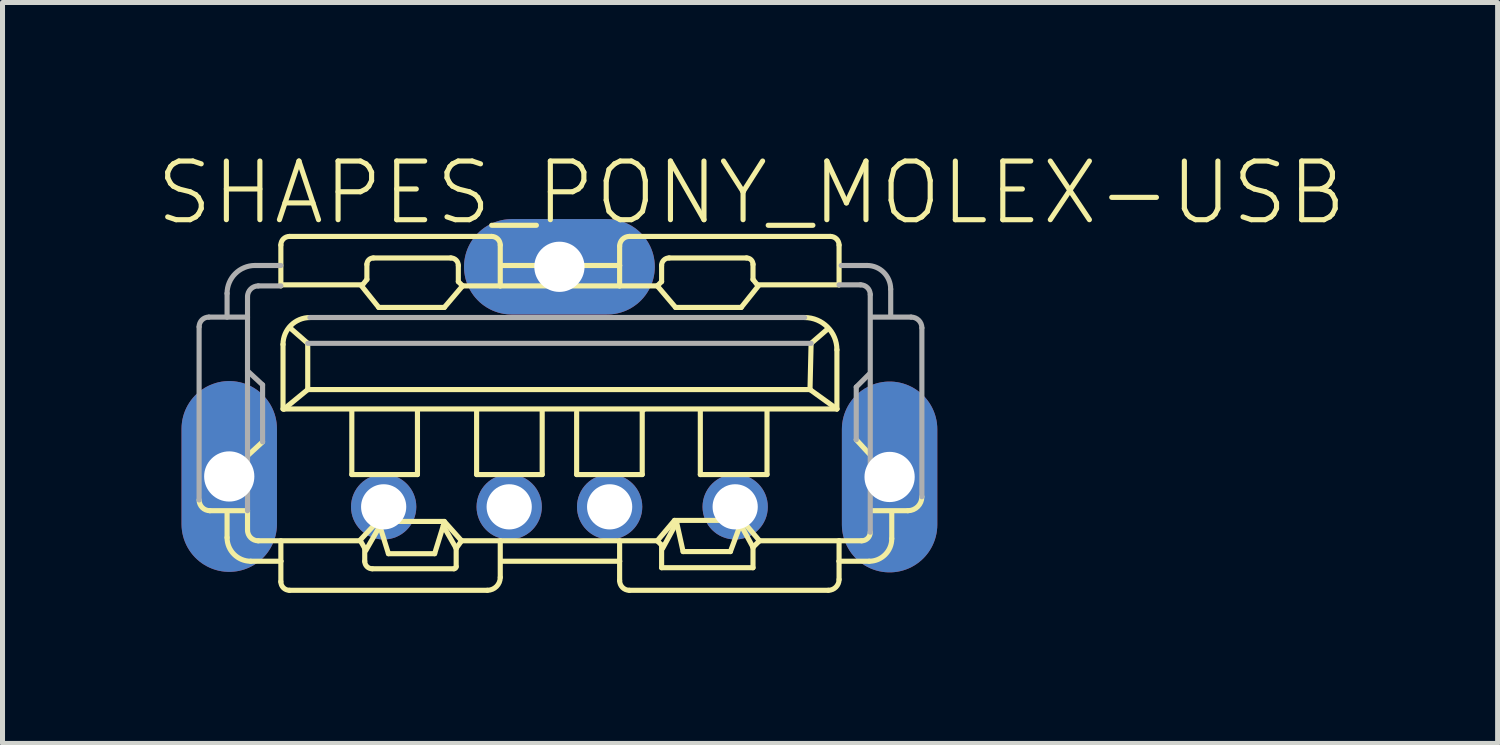
<source format=kicad_pcb>
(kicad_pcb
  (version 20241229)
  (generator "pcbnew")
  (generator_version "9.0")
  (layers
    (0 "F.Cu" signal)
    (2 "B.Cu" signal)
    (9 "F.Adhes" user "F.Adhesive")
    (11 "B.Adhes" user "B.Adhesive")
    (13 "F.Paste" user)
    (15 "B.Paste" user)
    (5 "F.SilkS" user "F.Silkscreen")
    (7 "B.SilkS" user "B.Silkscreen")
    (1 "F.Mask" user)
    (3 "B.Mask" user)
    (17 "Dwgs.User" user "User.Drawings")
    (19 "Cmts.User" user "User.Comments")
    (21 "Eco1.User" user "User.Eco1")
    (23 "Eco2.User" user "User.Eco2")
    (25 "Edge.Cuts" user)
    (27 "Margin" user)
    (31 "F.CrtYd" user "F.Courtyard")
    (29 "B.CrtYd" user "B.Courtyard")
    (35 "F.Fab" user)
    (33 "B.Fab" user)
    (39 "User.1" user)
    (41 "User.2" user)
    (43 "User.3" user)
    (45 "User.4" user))
  (footprint "SHAPES_PONY_MOLEX-USB"
    (layer "F.Cu")
    (at 8.09 5.143)
    (property "Reference" "SHAPES_PONY_MOLEX-USB" (at -8.09 -3.67 0) (unlocked yes) (layer "F.SilkS") (effects (font (size 1.168 1.168) (thickness 0.102)) (justify left bottom)))
    (fp_line (start -6.961 1.977) (end -6.211 1.977) (stroke (width 0.102) (type solid)) (layer "F.SilkS"))
    (fp_line (start -6.618 2.512) (end -6.618 1.998) (stroke (width 0.102) (type solid)) (layer "F.SilkS"))
    (fp_line (start -6.211 1.977) (end -6.211 2.362) (stroke (width 0.102) (type solid)) (layer "F.SilkS"))
    (fp_line (start -5.997 2.576) (end -3.962 2.576) (stroke (width 0.102) (type solid)) (layer "F.SilkS"))
    (fp_line (start -5.911 0.606) (end -6.19 0.863) (stroke (width 0.102) (type solid)) (layer "F.SilkS"))
    (fp_line (start -5.547 -2.521) (end -5.547 -3.313) (stroke (width 0.102) (type solid)) (layer "F.SilkS"))
    (fp_line (start -5.547 -2.521) (end -3.92 -2.521) (stroke (width 0.102) (type solid)) (layer "F.SilkS"))
    (fp_line (start -5.547 -2.5) (end -5.547 -2.521) (stroke (width 0.102) (type solid)) (layer "F.SilkS"))
    (fp_line (start -5.547 2.983) (end -6.147 2.983) (stroke (width 0.102) (type solid)) (layer "F.SilkS"))
    (fp_line (start -5.547 2.983) (end -5.547 2.576) (stroke (width 0.102) (type solid)) (layer "F.SilkS"))
    (fp_line (start -5.547 3.39) (end -5.547 2.983) (stroke (width 0.102) (type solid)) (layer "F.SilkS"))
    (fp_line (start -5.504 -0.049) (end -5.504 -1.334) (stroke (width 0.102) (type solid)) (layer "F.SilkS"))
    (fp_line (start -5.483 -0.049) (end -5.504 -0.049) (stroke (width 0.102) (type solid)) (layer "F.SilkS"))
    (fp_line (start -5.376 -3.485) (end -1.349 -3.485) (stroke (width 0.102) (type solid)) (layer "F.SilkS"))
    (fp_line (start -5.012 -1.356) (end -5.354 -1.655) (stroke (width 0.102) (type solid)) (layer "F.SilkS"))
    (fp_line (start -5.012 -0.435) (end -5.483 -0.049) (stroke (width 0.102) (type solid)) (layer "F.SilkS"))
    (fp_line (start -5.012 -0.435) (end -5.012 -1.356) (stroke (width 0.102) (type solid)) (layer "F.SilkS"))
    (fp_line (start -4.134 1.257) (end -4.134 -0.028) (stroke (width 0.102) (type solid)) (layer "F.SilkS"))
    (fp_line (start -3.962 2.576) (end -3.962 2.576) (stroke (width 0.102) (type solid)) (layer "F.SilkS"))
    (fp_line (start -3.962 2.576) (end -3.877 2.726) (stroke (width 0.102) (type solid)) (layer "F.SilkS"))
    (fp_line (start -3.962 2.555) (end -3.62 2.191) (stroke (width 0.102) (type solid)) (layer "F.SilkS"))
    (fp_line (start -3.92 -2.521) (end -3.834 -2.628) (stroke (width 0.102) (type solid)) (layer "F.SilkS"))
    (fp_line (start -3.877 2.726) (end -3.877 2.983) (stroke (width 0.102) (type solid)) (layer "F.SilkS"))
    (fp_line (start -3.855 2.769) (end -3.598 2.32) (stroke (width 0.102) (type solid)) (layer "F.SilkS"))
    (fp_line (start -3.834 -2.628) (end -3.834 -2.928) (stroke (width 0.102) (type solid)) (layer "F.SilkS"))
    (fp_line (start -3.727 3.133) (end -2.099 3.133) (stroke (width 0.102) (type solid)) (layer "F.SilkS"))
    (fp_line (start -3.705 -3.056) (end -2.163 -3.056) (stroke (width 0.102) (type solid)) (layer "F.SilkS"))
    (fp_line (start -3.62 2.191) (end -2.292 2.191) (stroke (width 0.102) (type solid)) (layer "F.SilkS"))
    (fp_line (start -3.598 -2.071) (end -3.941 -2.5) (stroke (width 0.102) (type solid)) (layer "F.SilkS"))
    (fp_line (start -3.405 2.833) (end -3.598 2.212) (stroke (width 0.102) (type solid)) (layer "F.SilkS"))
    (fp_line (start -2.827 -0.028) (end -2.827 1.257) (stroke (width 0.102) (type solid)) (layer "F.SilkS"))
    (fp_line (start -2.827 1.257) (end -4.134 1.257) (stroke (width 0.102) (type solid)) (layer "F.SilkS"))
    (fp_line (start -2.485 2.833) (end -3.405 2.833) (stroke (width 0.102) (type solid)) (layer "F.SilkS"))
    (fp_line (start -2.313 2.277) (end -2.485 2.833) (stroke (width 0.102) (type solid)) (layer "F.SilkS"))
    (fp_line (start -2.292 -2.071) (end -3.598 -2.071) (stroke (width 0.102) (type solid)) (layer "F.SilkS"))
    (fp_line (start -2.292 2.191) (end -1.949 2.576) (stroke (width 0.102) (type solid)) (layer "F.SilkS"))
    (fp_line (start -2.056 2.726) (end -2.313 2.277) (stroke (width 0.102) (type solid)) (layer "F.SilkS"))
    (fp_line (start -2.056 3.091) (end -2.056 2.726) (stroke (width 0.102) (type solid)) (layer "F.SilkS"))
    (fp_line (start -2.013 -2.906) (end -2.013 -2.585) (stroke (width 0.102) (type solid)) (layer "F.SilkS"))
    (fp_line (start -1.949 2.576) (end -2.056 2.726) (stroke (width 0.102) (type solid)) (layer "F.SilkS"))
    (fp_line (start -1.928 -2.5) (end -2.292 -2.071) (stroke (width 0.102) (type solid)) (layer "F.SilkS"))
    (fp_line (start -1.928 -2.5) (end -2.013 -2.585) (stroke (width 0.102) (type solid)) (layer "F.SilkS"))
    (fp_line (start -1.649 1.257) (end -1.649 -0.028) (stroke (width 0.102) (type solid)) (layer "F.SilkS"))
    (fp_line (start -1.435 3.562) (end -5.376 3.562) (stroke (width 0.102) (type solid)) (layer "F.SilkS"))
    (fp_line (start -1.178 -3.313) (end -1.178 -2.5) (stroke (width 0.102) (type solid)) (layer "F.SilkS"))
    (fp_line (start -1.178 -2.5) (end -1.928 -2.5) (stroke (width 0.102) (type solid)) (layer "F.SilkS"))
    (fp_line (start -1.178 -2.5) (end 1.199 -2.5) (stroke (width 0.102) (type solid)) (layer "F.SilkS"))
    (fp_line (start -1.178 2.576) (end -1.949 2.576) (stroke (width 0.102) (type solid)) (layer "F.SilkS"))
    (fp_line (start -1.178 2.576) (end -1.178 3.305) (stroke (width 0.102) (type solid)) (layer "F.SilkS"))
    (fp_line (start -1.178 2.576) (end 1.949 2.576) (stroke (width 0.102) (type solid)) (layer "F.SilkS"))
    (fp_line (start -1.157 -2.906) (end 1.199 -2.906) (stroke (width 0.102) (type solid)) (layer "F.SilkS"))
    (fp_line (start -0.343 -0.006) (end -0.343 1.257) (stroke (width 0.102) (type solid)) (layer "F.SilkS"))
    (fp_line (start -0.343 1.257) (end -1.649 1.257) (stroke (width 0.102) (type solid)) (layer "F.SilkS"))
    (fp_line (start 0.343 1.257) (end 0.343 0.015) (stroke (width 0.102) (type solid)) (layer "F.SilkS"))
    (fp_line (start 1.199 -2.906) (end 1.199 -3.292) (stroke (width 0.102) (type solid)) (layer "F.SilkS"))
    (fp_line (start 1.199 -2.906) (end 1.199 -2.5) (stroke (width 0.102) (type solid)) (layer "F.SilkS"))
    (fp_line (start 1.199 -2.5) (end 1.949 -2.5) (stroke (width 0.102) (type solid)) (layer "F.SilkS"))
    (fp_line (start 1.199 2.983) (end -1.157 2.983) (stroke (width 0.102) (type solid)) (layer "F.SilkS"))
    (fp_line (start 1.199 2.983) (end 1.199 2.576) (stroke (width 0.102) (type solid)) (layer "F.SilkS"))
    (fp_line (start 1.199 3.369) (end 1.199 2.983) (stroke (width 0.102) (type solid)) (layer "F.SilkS"))
    (fp_line (start 1.392 -3.485) (end 5.397 -3.485) (stroke (width 0.102) (type solid)) (layer "F.SilkS"))
    (fp_line (start 1.649 -0.028) (end 1.649 1.257) (stroke (width 0.102) (type solid)) (layer "F.SilkS"))
    (fp_line (start 1.649 1.257) (end 0.343 1.257) (stroke (width 0.102) (type solid)) (layer "F.SilkS"))
    (fp_line (start 1.671 -0.028) (end 1.649 -0.028) (stroke (width 0.102) (type solid)) (layer "F.SilkS"))
    (fp_line (start 1.949 -2.5) (end 2.035 -2.585) (stroke (width 0.102) (type solid)) (layer "F.SilkS"))
    (fp_line (start 1.949 -2.5) (end 2.313 -2.071) (stroke (width 0.102) (type solid)) (layer "F.SilkS"))
    (fp_line (start 1.949 2.576) (end 2.292 2.17) (stroke (width 0.102) (type solid)) (layer "F.SilkS"))
    (fp_line (start 2.035 -2.906) (end 2.035 -2.585) (stroke (width 0.102) (type solid)) (layer "F.SilkS"))
    (fp_line (start 2.035 2.662) (end 1.949 2.576) (stroke (width 0.102) (type solid)) (layer "F.SilkS"))
    (fp_line (start 2.035 3.112) (end 2.035 2.662) (stroke (width 0.102) (type solid)) (layer "F.SilkS"))
    (fp_line (start 2.292 2.17) (end 3.641 2.17) (stroke (width 0.102) (type solid)) (layer "F.SilkS"))
    (fp_line (start 2.313 -2.071) (end 3.62 -2.071) (stroke (width 0.102) (type solid)) (layer "F.SilkS"))
    (fp_line (start 2.335 2.212) (end 2.056 2.726) (stroke (width 0.102) (type solid)) (layer "F.SilkS"))
    (fp_line (start 2.335 2.212) (end 2.463 2.791) (stroke (width 0.102) (type solid)) (layer "F.SilkS"))
    (fp_line (start 2.463 2.791) (end 3.405 2.791) (stroke (width 0.102) (type solid)) (layer "F.SilkS"))
    (fp_line (start 2.806 1.257) (end 2.806 -0.006) (stroke (width 0.102) (type solid)) (layer "F.SilkS"))
    (fp_line (start 3.405 2.791) (end 3.62 2.212) (stroke (width 0.102) (type solid)) (layer "F.SilkS"))
    (fp_line (start 3.598 2.234) (end 3.855 2.705) (stroke (width 0.102) (type solid)) (layer "F.SilkS"))
    (fp_line (start 3.62 -2.071) (end 3.962 -2.5) (stroke (width 0.102) (type solid)) (layer "F.SilkS"))
    (fp_line (start 3.641 2.17) (end 3.984 2.576) (stroke (width 0.102) (type solid)) (layer "F.SilkS"))
    (fp_line (start 3.727 -3.056) (end 2.185 -3.056) (stroke (width 0.102) (type solid)) (layer "F.SilkS"))
    (fp_line (start 3.855 -2.628) (end 3.855 -2.928) (stroke (width 0.102) (type solid)) (layer "F.SilkS"))
    (fp_line (start 3.855 2.705) (end 3.855 3.112) (stroke (width 0.102) (type solid)) (layer "F.SilkS"))
    (fp_line (start 3.855 3.112) (end 2.035 3.112) (stroke (width 0.102) (type solid)) (layer "F.SilkS"))
    (fp_line (start 3.941 -2.521) (end 3.855 -2.628) (stroke (width 0.102) (type solid)) (layer "F.SilkS"))
    (fp_line (start 3.984 2.576) (end 3.855 2.705) (stroke (width 0.102) (type solid)) (layer "F.SilkS"))
    (fp_line (start 4.134 -0.006) (end 4.134 1.257) (stroke (width 0.102) (type solid)) (layer "F.SilkS"))
    (fp_line (start 4.134 1.257) (end 2.806 1.257) (stroke (width 0.102) (type solid)) (layer "F.SilkS"))
    (fp_line (start 4.99 -0.435) (end -5.012 -0.435) (stroke (width 0.102) (type solid)) (layer "F.SilkS"))
    (fp_line (start 4.99 -0.435) (end 5.012 -1.356) (stroke (width 0.102) (type solid)) (layer "F.SilkS"))
    (fp_line (start 5.012 -1.356) (end 5.333 -1.634) (stroke (width 0.102) (type solid)) (layer "F.SilkS"))
    (fp_line (start 5.354 3.562) (end 1.392 3.562) (stroke (width 0.102) (type solid)) (layer "F.SilkS"))
    (fp_line (start 5.526 -1.227) (end 5.526 -0.049) (stroke (width 0.102) (type solid)) (layer "F.SilkS"))
    (fp_line (start 5.526 -0.049) (end -5.483 -0.049) (stroke (width 0.102) (type solid)) (layer "F.SilkS"))
    (fp_line (start 5.526 -0.049) (end 4.99 -0.435) (stroke (width 0.102) (type solid)) (layer "F.SilkS"))
    (fp_line (start 5.569 -3.313) (end 5.569 -2.521) (stroke (width 0.102) (type solid)) (layer "F.SilkS"))
    (fp_line (start 5.569 -2.521) (end 3.941 -2.521) (stroke (width 0.102) (type solid)) (layer "F.SilkS"))
    (fp_line (start 5.569 2.576) (end 3.984 2.576) (stroke (width 0.102) (type solid)) (layer "F.SilkS"))
    (fp_line (start 5.569 2.576) (end 5.569 2.983) (stroke (width 0.102) (type solid)) (layer "F.SilkS"))
    (fp_line (start 5.569 2.983) (end 5.569 3.348) (stroke (width 0.102) (type solid)) (layer "F.SilkS"))
    (fp_line (start 5.569 2.983) (end 6.168 2.983) (stroke (width 0.102) (type solid)) (layer "F.SilkS"))
    (fp_line (start 6.019 2.576) (end 5.569 2.576) (stroke (width 0.102) (type solid)) (layer "F.SilkS"))
    (fp_line (start 6.168 0.842) (end 5.911 0.563) (stroke (width 0.102) (type solid)) (layer "F.SilkS"))
    (fp_line (start 6.211 1.977) (end 6.939 1.977) (stroke (width 0.102) (type solid)) (layer "F.SilkS"))
    (fp_line (start 6.618 2.534) (end 6.618 1.998) (stroke (width 0.102) (type solid)) (layer "F.SilkS"))
    (fp_arc (start -6.9608 1.9768) (mid -7.112262 1.914062) (end -7.175 1.7626) (stroke (width 0.1016) (type solid)) (layer "F.SilkS"))
    (fp_arc (start -6.147 2.9834) (mid -6.480189 2.845389) (end -6.6182 2.5122) (stroke (width 0.1016) (type solid)) (layer "F.SilkS"))
    (fp_arc (start -5.997 2.5765) (mid -6.148462 2.513762) (end -6.2112 2.3623) (stroke (width 0.1016) (type solid)) (layer "F.SilkS"))
    (fp_arc (start -5.5473 -3.3135) (mid -5.497127 -3.434627) (end -5.376 -3.4848) (stroke (width 0.1016) (type solid)) (layer "F.SilkS"))
    (fp_arc (start -5.5044 -1.3343) (mid -5.347585 -1.712885) (end -4.969 -1.8697) (stroke (width 0.1016) (type solid)) (layer "F.SilkS"))
    (fp_arc (start -5.3759 3.5617) (mid -5.497098 3.511498) (end -5.5473 3.3903) (stroke (width 0.1016) (type solid)) (layer "F.SilkS"))
    (fp_arc (start -3.8338 -2.9279) (mid -3.796163 -3.018763) (end -3.7053 -3.0564) (stroke (width 0.1016) (type solid)) (layer "F.SilkS"))
    (fp_arc (start -3.7267 3.1334) (mid -3.832766 3.089466) (end -3.8767 2.9834) (stroke (width 0.1016) (type solid)) (layer "F.SilkS"))
    (fp_arc (start -2.1632 -3.0564) (mid -2.057205 -3.012495) (end -2.0133 -2.9065) (stroke (width 0.1016) (type solid)) (layer "F.SilkS"))
    (fp_arc (start -2.0561 3.0905) (mid -2.068665 3.120835) (end -2.099 3.1334) (stroke (width 0.1016) (type solid)) (layer "F.SilkS"))
    (fp_arc (start -1.3493 -3.4848) (mid -1.228173 -3.434627) (end -1.178 -3.3135) (stroke (width 0.1016) (type solid)) (layer "F.SilkS"))
    (fp_arc (start -1.178 3.3047) (mid -1.253274 3.486426) (end -1.435 3.5617) (stroke (width 0.1016) (type solid)) (layer "F.SilkS"))
    (fp_arc (start 1.1994 -3.292) (mid 1.25587 -3.42833) (end 1.3922 -3.4848) (stroke (width 0.1016) (type solid)) (layer "F.SilkS"))
    (fp_arc (start 1.3922 3.5617) (mid 1.25587 3.50523) (end 1.1994 3.3689) (stroke (width 0.1016) (type solid)) (layer "F.SilkS"))
    (fp_arc (start 2.0347 -2.9065) (mid 2.078605 -3.012495) (end 2.1846 -3.0564) (stroke (width 0.1016) (type solid)) (layer "F.SilkS"))
    (fp_arc (start 3.7267 -3.0564) (mid 3.817563 -3.018763) (end 3.8552 -2.9279) (stroke (width 0.1016) (type solid)) (layer "F.SilkS"))
    (fp_arc (start 4.8833 -1.8697) (mid 5.337616 -1.681516) (end 5.5258 -1.2272) (stroke (width 0.1016) (type solid)) (layer "F.SilkS"))
    (fp_arc (start 5.3973 -3.4848) (mid 5.518498 -3.434598) (end 5.5687 -3.3134) (stroke (width 0.1016) (type solid)) (layer "F.SilkS"))
    (fp_arc (start 5.5687 3.3475) (mid 5.505962 3.498962) (end 5.3545 3.5617) (stroke (width 0.1016) (type solid)) (layer "F.SilkS"))
    (fp_arc (start 6.1898 2.4052) (mid 6.139627 2.526327) (end 6.0185 2.5765) (stroke (width 0.1016) (type solid)) (layer "F.SilkS"))
    (fp_arc (start 6.6182 2.5336) (mid 6.486457 2.851657) (end 6.1684 2.9834) (stroke (width 0.1016) (type solid)) (layer "F.SilkS"))
    (fp_arc (start 7.2179 1.6983) (mid 7.136329 1.895229) (end 6.9394 1.9768) (stroke (width 0.1016) (type solid)) (layer "F.SilkS"))
    (fp_line (start -7.175 -1.686) (end -7.175 1.763) (stroke (width 0.102) (type solid)) (layer "F.Fab"))
    (fp_line (start -6.618 -1.878) (end -6.618 -2.35) (stroke (width 0.102) (type solid)) (layer "F.Fab"))
    (fp_line (start -6.211 -1.878) (end -6.982 -1.878) (stroke (width 0.102) (type solid)) (layer "F.Fab"))
    (fp_line (start -6.211 -0.807) (end -6.211 -2.285) (stroke (width 0.102) (type solid)) (layer "F.Fab"))
    (fp_line (start -6.211 -0.807) (end -5.911 -0.529) (stroke (width 0.102) (type solid)) (layer "F.Fab"))
    (fp_line (start -6.211 1.977) (end -6.211 -0.807) (stroke (width 0.102) (type solid)) (layer "F.Fab"))
    (fp_line (start -6.061 -2.906) (end -5.547 -2.906) (stroke (width 0.102) (type solid)) (layer "F.Fab"))
    (fp_line (start -5.997 -2.5) (end -5.547 -2.5) (stroke (width 0.102) (type solid)) (layer "F.Fab"))
    (fp_line (start -5.911 -0.529) (end -5.911 0.606) (stroke (width 0.102) (type solid)) (layer "F.Fab"))
    (fp_line (start -5.012 -1.356) (end 5.012 -1.356) (stroke (width 0.102) (type solid)) (layer "F.Fab"))
    (fp_line (start -4.969 -1.87) (end 4.883 -1.87) (stroke (width 0.102) (type solid)) (layer "F.Fab"))
    (fp_line (start 5.569 -2.521) (end 5.997 -2.521) (stroke (width 0.102) (type solid)) (layer "F.Fab"))
    (fp_line (start 5.911 -0.486) (end 6.168 -0.743) (stroke (width 0.102) (type solid)) (layer "F.Fab"))
    (fp_line (start 5.911 0.563) (end 5.911 -0.486) (stroke (width 0.102) (type solid)) (layer "F.Fab"))
    (fp_line (start 6.125 -2.906) (end 5.612 -2.906) (stroke (width 0.102) (type solid)) (layer "F.Fab"))
    (fp_line (start 6.19 -2.328) (end 6.19 2.405) (stroke (width 0.102) (type solid)) (layer "F.Fab"))
    (fp_line (start 6.597 -1.9) (end 6.597 -2.435) (stroke (width 0.102) (type solid)) (layer "F.Fab"))
    (fp_line (start 7.004 -1.878) (end 6.211 -1.878) (stroke (width 0.102) (type solid)) (layer "F.Fab"))
    (fp_line (start 7.218 1.698) (end 7.218 -1.664) (stroke (width 0.102) (type solid)) (layer "F.Fab"))
    (fp_arc (start -7.175 -1.6857) (mid -7.118559 -1.821959) (end -6.9823 -1.8784) (stroke (width 0.1016) (type solid)) (layer "F.Fab"))
    (fp_arc (start -6.6182 -2.3496) (mid -6.455088 -2.743388) (end -6.0613 -2.9065) (stroke (width 0.1016) (type solid)) (layer "F.Fab"))
    (fp_arc (start -6.2112 -2.2854) (mid -6.148462 -2.436862) (end -5.997 -2.4996) (stroke (width 0.1016) (type solid)) (layer "F.Fab"))
    (fp_arc (start 5.997 -2.521) (mid 6.13333 -2.46453) (end 6.1898 -2.3282) (stroke (width 0.1016) (type solid)) (layer "F.Fab"))
    (fp_arc (start 6.1255 -2.9065) (mid 6.458689 -2.768489) (end 6.5967 -2.4353) (stroke (width 0.1016) (type solid)) (layer "F.Fab"))
    (fp_arc (start 7.0038 -1.8784) (mid 7.155192 -1.815692) (end 7.2179 -1.6643) (stroke (width 0.1016) (type solid)) (layer "F.Fab"))
    (pad "1" thru_hole circle (at -3.5 1.9) (size 1.3 1.3) (drill 0.9) (layers "*.Cu" "*.Mask"))
    (pad "2" thru_hole circle (at -1 1.9) (size 1.3 1.3) (drill 0.9) (layers "*.Cu" "*.Mask"))
    (pad "3" thru_hole circle (at 1 1.9) (size 1.3 1.3) (drill 0.9) (layers "*.Cu" "*.Mask"))
    (pad "GND" thru_hole circle (at 3.5 1.9) (size 1.3 1.3) (drill 0.9) (layers "*.Cu" "*.Mask"))
    (pad "M1" thru_hole oval (at -6.575 1.295 90) (size 3.8 1.9) (drill 1) (layers "*.Cu" "*.Mask"))
    (pad "M2" thru_hole oval (at 6.575 1.305 90) (size 3.8 1.9) (drill 1) (layers "*.Cu" "*.Mask"))
    (pad "M4" thru_hole oval (at 0 -2.88) (size 3.8 1.9) (drill 1) (layers "*.Cu" "*.Mask")))
  (gr_rect
    (start -3 -3)
    (end 26.773 11.755)
    (stroke (width 0.1) (type default))
    (fill no)
    (layer "Edge.Cuts")))
</source>
